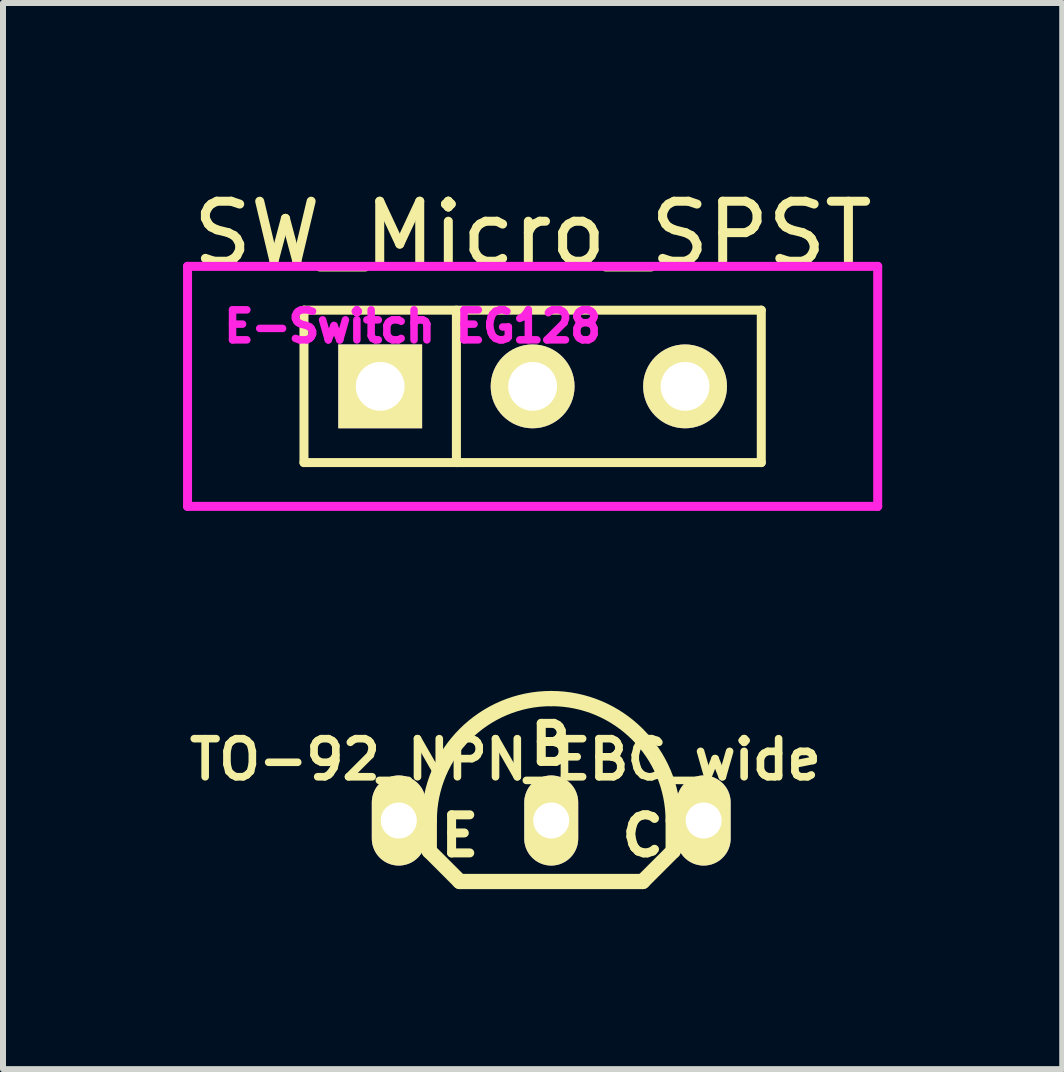
<source format=kicad_pcb>
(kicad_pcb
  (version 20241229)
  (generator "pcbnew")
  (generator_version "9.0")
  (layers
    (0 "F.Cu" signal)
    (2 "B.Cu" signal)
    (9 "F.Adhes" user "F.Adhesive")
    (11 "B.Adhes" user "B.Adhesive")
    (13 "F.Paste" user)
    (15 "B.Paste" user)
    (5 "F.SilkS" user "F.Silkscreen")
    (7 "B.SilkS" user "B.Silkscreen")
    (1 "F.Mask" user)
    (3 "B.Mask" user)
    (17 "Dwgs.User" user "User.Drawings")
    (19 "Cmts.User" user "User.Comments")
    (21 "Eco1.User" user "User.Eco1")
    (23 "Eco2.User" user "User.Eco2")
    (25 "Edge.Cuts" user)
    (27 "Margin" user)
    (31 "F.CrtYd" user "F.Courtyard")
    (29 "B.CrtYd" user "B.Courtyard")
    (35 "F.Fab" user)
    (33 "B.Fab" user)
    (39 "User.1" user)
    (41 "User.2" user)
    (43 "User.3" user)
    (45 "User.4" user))
  (footprint "TO-92_NPN_EBC_wide"
    (layer "F.Cu")
    (at 3.595 10.622)
    (property "Reference" "TO-92_NPN_EBC_wide" (at 1.778 -1.016 0) (layer "F.SilkS") (effects (font (size 0.635 0.635) (thickness 0.127))))
    (attr through_hole)
    (fp_line (start 0.508 0.508) (end 0.508 0) (stroke (width 0.254) (type solid)) (layer "F.SilkS"))
    (fp_line (start 1.016 1.016) (end 0.508 0.508) (stroke (width 0.254) (type solid)) (layer "F.SilkS"))
    (fp_line (start 1.016 1.016) (end 4.064 1.016) (stroke (width 0.254) (type solid)) (layer "F.SilkS"))
    (fp_line (start 4.064 1.016) (end 4.572 0.508) (stroke (width 0.254) (type solid)) (layer "F.SilkS"))
    (fp_line (start 4.572 0.508) (end 4.572 0) (stroke (width 0.254) (type solid)) (layer "F.SilkS"))
    (fp_arc (start 0.508 0) (mid 1.103159 -1.436841) (end 2.54 -2.032) (stroke (width 0.254) (type solid)) (layer "F.SilkS"))
    (fp_arc (start 2.54 -2.032) (mid 3.976841 -1.436841) (end 4.572 0) (stroke (width 0.254) (type solid)) (layer "F.SilkS"))
    (fp_text user "C" (at 4.064 0.254 0) (layer "F.SilkS") (effects (font (size 0.635 0.635) (thickness 0.15))))
    (fp_text user "B" (at 2.54 -1.27 0) (layer "F.SilkS") (effects (font (size 0.635 0.635) (thickness 0.15))))
    (fp_text user "E" (at 1.016 0.254 0) (layer "F.SilkS") (effects (font (size 0.635 0.635) (thickness 0.15))))
    (pad "1" thru_hole oval (at 0 0 180) (size 0.899 1.501) (drill 0.6) (layers "*.Cu" "*.Mask" "F.SilkS"))
    (pad "2" thru_hole oval (at 2.54 0 180) (size 0.899 1.501) (drill 0.6) (layers "*.Cu" "*.Mask" "F.SilkS"))
    (pad "3" thru_hole oval (at 5.08 0 180) (size 0.899 1.501) (drill 0.6) (layers "*.Cu" "*.Mask" "F.SilkS")))
  (footprint "SW_Micro_SPST"
    (layer "F.Cu")
    (at 5.825 3.388)
    (property "Reference" "SW_Micro_SPST" (at 0 -2.54 0) (layer "F.SilkS") (effects (font (size 1 1) (thickness 0.15))))
    (attr through_hole)
    (fp_line (start -3.81 -1.27) (end 3.81 -1.27) (stroke (width 0.15) (type solid)) (layer "F.SilkS"))
    (fp_line (start -3.81 1.27) (end -3.81 -1.27) (stroke (width 0.15) (type solid)) (layer "F.SilkS"))
    (fp_line (start -1.27 -1.27) (end -1.27 1.27) (stroke (width 0.15) (type solid)) (layer "F.SilkS"))
    (fp_line (start 3.81 -1.27) (end 3.81 1.27) (stroke (width 0.15) (type solid)) (layer "F.SilkS"))
    (fp_line (start 3.81 1.27) (end -3.81 1.27) (stroke (width 0.15) (type solid)) (layer "F.SilkS"))
    (fp_line (start -5.75 -2) (end -5.75 2) (stroke (width 0.15) (type solid)) (layer "F.CrtYd"))
    (fp_line (start -5.75 -2) (end 5.75 -2) (stroke (width 0.15) (type solid)) (layer "F.CrtYd"))
    (fp_line (start -5.75 2) (end 5.75 2) (stroke (width 0.15) (type solid)) (layer "F.CrtYd"))
    (fp_line (start 5.75 -2) (end 5.75 2) (stroke (width 0.15) (type solid)) (layer "F.CrtYd"))
    (fp_text user "E-Switch EG128" (at -2 -1 0) (layer "F.CrtYd") (effects (font (size 0.5 0.5) (thickness 0.125))))
    (pad "1" thru_hole rect (at -2.54 0) (size 1.397 1.397) (drill 0.813) (layers "*.Cu" "*.Mask" "F.SilkS"))
    (pad "2" thru_hole circle (at 0 0) (size 1.397 1.397) (drill 0.813) (layers "*.Cu" "*.Mask" "F.SilkS"))
    (pad "3" thru_hole circle (at 2.54 0) (size 1.397 1.397) (drill 0.813) (layers "*.Cu" "*.Mask" "F.SilkS")))
  (gr_rect
    (start -3 -3)
    (end 14.65 14.765)
    (stroke (width 0.1) (type default))
    (fill no)
    (layer "Edge.Cuts")))
</source>
